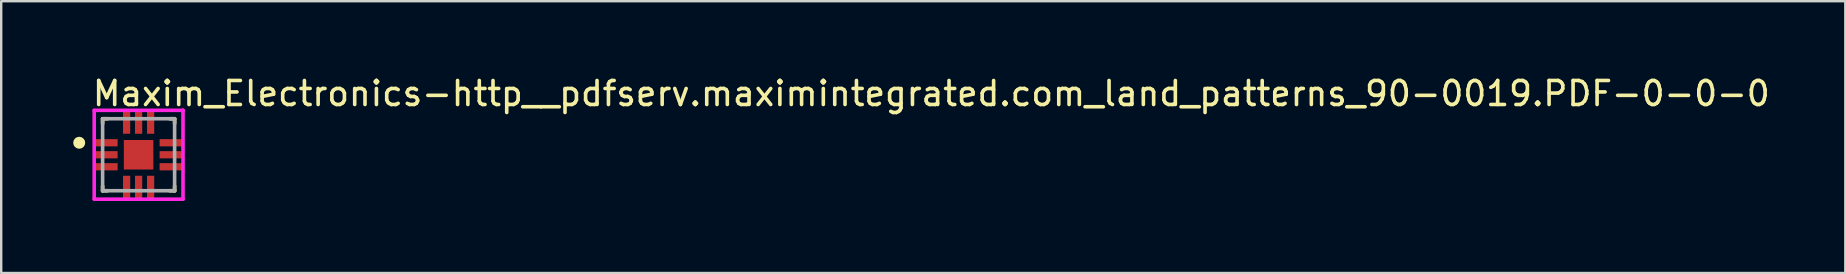
<source format=kicad_pcb>
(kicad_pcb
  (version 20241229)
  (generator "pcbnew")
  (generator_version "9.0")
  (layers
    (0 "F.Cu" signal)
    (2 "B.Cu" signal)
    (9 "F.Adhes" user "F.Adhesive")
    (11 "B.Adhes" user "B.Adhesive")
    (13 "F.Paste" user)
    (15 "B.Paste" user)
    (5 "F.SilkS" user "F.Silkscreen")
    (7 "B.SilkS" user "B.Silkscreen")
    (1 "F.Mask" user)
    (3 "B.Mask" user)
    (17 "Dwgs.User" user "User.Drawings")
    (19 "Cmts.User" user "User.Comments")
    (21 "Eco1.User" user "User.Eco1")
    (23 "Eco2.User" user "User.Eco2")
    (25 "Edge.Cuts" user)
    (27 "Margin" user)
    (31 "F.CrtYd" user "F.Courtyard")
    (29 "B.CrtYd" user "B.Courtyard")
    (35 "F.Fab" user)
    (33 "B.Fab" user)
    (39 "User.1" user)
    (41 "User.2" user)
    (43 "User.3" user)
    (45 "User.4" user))
  (footprint "Maxim_Electronics-http__pdfserv.maximintegrated.com_land_patterns_90-0019.PDF-0-0-0"
    (layer "F.Cu")
    (at 2.725 3.398)
    (property "Reference" "Maxim_Electronics-http__pdfserv.maximintegrated.com_land_patterns_90-0019.PDF-0-0-0" (at -2 -2.55 0) (layer "F.SilkS") (effects (font (size 1 1) (thickness 0.15)) (justify left)))
    (attr through_hole)
    (fp_line (start -1.5 -1.5) (end -1.3 -1.5) (stroke (width 0.15) (type solid)) (layer "F.SilkS"))
    (fp_line (start -1.5 -1.3) (end -1.5 -1.5) (stroke (width 0.15) (type solid)) (layer "F.SilkS"))
    (fp_line (start -1.5 1.5) (end -1.5 1.3) (stroke (width 0.15) (type solid)) (layer "F.SilkS"))
    (fp_line (start -1.5 1.5) (end -1.3 1.5) (stroke (width 0.15) (type solid)) (layer "F.SilkS"))
    (fp_line (start 1.3 -1.5) (end 1.5 -1.5) (stroke (width 0.15) (type solid)) (layer "F.SilkS"))
    (fp_line (start 1.3 1.5) (end 1.5 1.5) (stroke (width 0.15) (type solid)) (layer "F.SilkS"))
    (fp_line (start 1.5 -1.3) (end 1.5 -1.5) (stroke (width 0.15) (type solid)) (layer "F.SilkS"))
    (fp_line (start 1.5 1.5) (end 1.5 1.3) (stroke (width 0.15) (type solid)) (layer "F.SilkS"))
    (fp_circle (center -2.475 -0.5) (end -2.35 -0.5) (stroke (width 0.25) (type solid)) (fill no) (layer "F.SilkS"))
    (fp_line (start -1.85 -1.85) (end -1.85 1.85) (stroke (width 0.15) (type solid)) (layer "F.CrtYd"))
    (fp_line (start -1.85 1.85) (end 1.85 1.85) (stroke (width 0.15) (type solid)) (layer "F.CrtYd"))
    (fp_line (start 1.85 -1.85) (end -1.85 -1.85) (stroke (width 0.15) (type solid)) (layer "F.CrtYd"))
    (fp_line (start 1.85 -1.85) (end 1.85 -1.85) (stroke (width 0.15) (type solid)) (layer "F.CrtYd"))
    (fp_line (start 1.85 1.85) (end 1.85 -1.85) (stroke (width 0.15) (type solid)) (layer "F.CrtYd"))
    (fp_line (start -1.5 -1.5) (end 1.5 -1.5) (stroke (width 0.15) (type solid)) (layer "F.Fab"))
    (fp_line (start -1.5 1.5) (end -1.5 -1.5) (stroke (width 0.15) (type solid)) (layer "F.Fab"))
    (fp_line (start 1.5 -1.5) (end 1.5 1.5) (stroke (width 0.15) (type solid)) (layer "F.Fab"))
    (fp_line (start 1.5 1.5) (end -1.5 1.5) (stroke (width 0.15) (type solid)) (layer "F.Fab"))
    (pad "1" smd rect (at -1.35 -0.5) (size 0.95 0.3) (layers "F.Cu" "F.Mask" "F.Paste"))
    (pad "2" smd rect (at -1.35 0) (size 0.95 0.3) (layers "F.Cu" "F.Mask" "F.Paste"))
    (pad "3" smd rect (at -1.35 0.5) (size 0.95 0.3) (layers "F.Cu" "F.Mask" "F.Paste"))
    (pad "4" smd rect (at -0.5 1.35 90) (size 0.95 0.3) (layers "F.Cu" "F.Mask" "F.Paste"))
    (pad "5" smd rect (at 0 1.35 90) (size 0.95 0.3) (layers "F.Cu" "F.Mask" "F.Paste"))
    (pad "6" smd rect (at 0.5 1.35 90) (size 0.95 0.3) (layers "F.Cu" "F.Mask" "F.Paste"))
    (pad "7" smd rect (at 1.35 0.5) (size 0.95 0.3) (layers "F.Cu" "F.Mask" "F.Paste"))
    (pad "8" smd rect (at 1.35 0) (size 0.95 0.3) (layers "F.Cu" "F.Mask" "F.Paste"))
    (pad "9" smd rect (at 1.35 -0.5) (size 0.95 0.3) (layers "F.Cu" "F.Mask" "F.Paste"))
    (pad "10" smd rect (at 0.5 -1.35 90) (size 0.95 0.3) (layers "F.Cu" "F.Mask" "F.Paste"))
    (pad "11" smd rect (at 0 -1.35 90) (size 0.95 0.3) (layers "F.Cu" "F.Mask" "F.Paste"))
    (pad "12" smd rect (at -0.5 -1.35 90) (size 0.95 0.3) (layers "F.Cu" "F.Mask" "F.Paste"))
    (pad "13" smd rect (at 0 0) (size 1.23 1.23) (layers "F.Cu" "F.Mask" "F.Paste")))
  (gr_rect
    (start -3 -3)
    (end 73.832 8.323)
    (stroke (width 0.1) (type default))
    (fill no)
    (layer "Edge.Cuts")))
</source>
